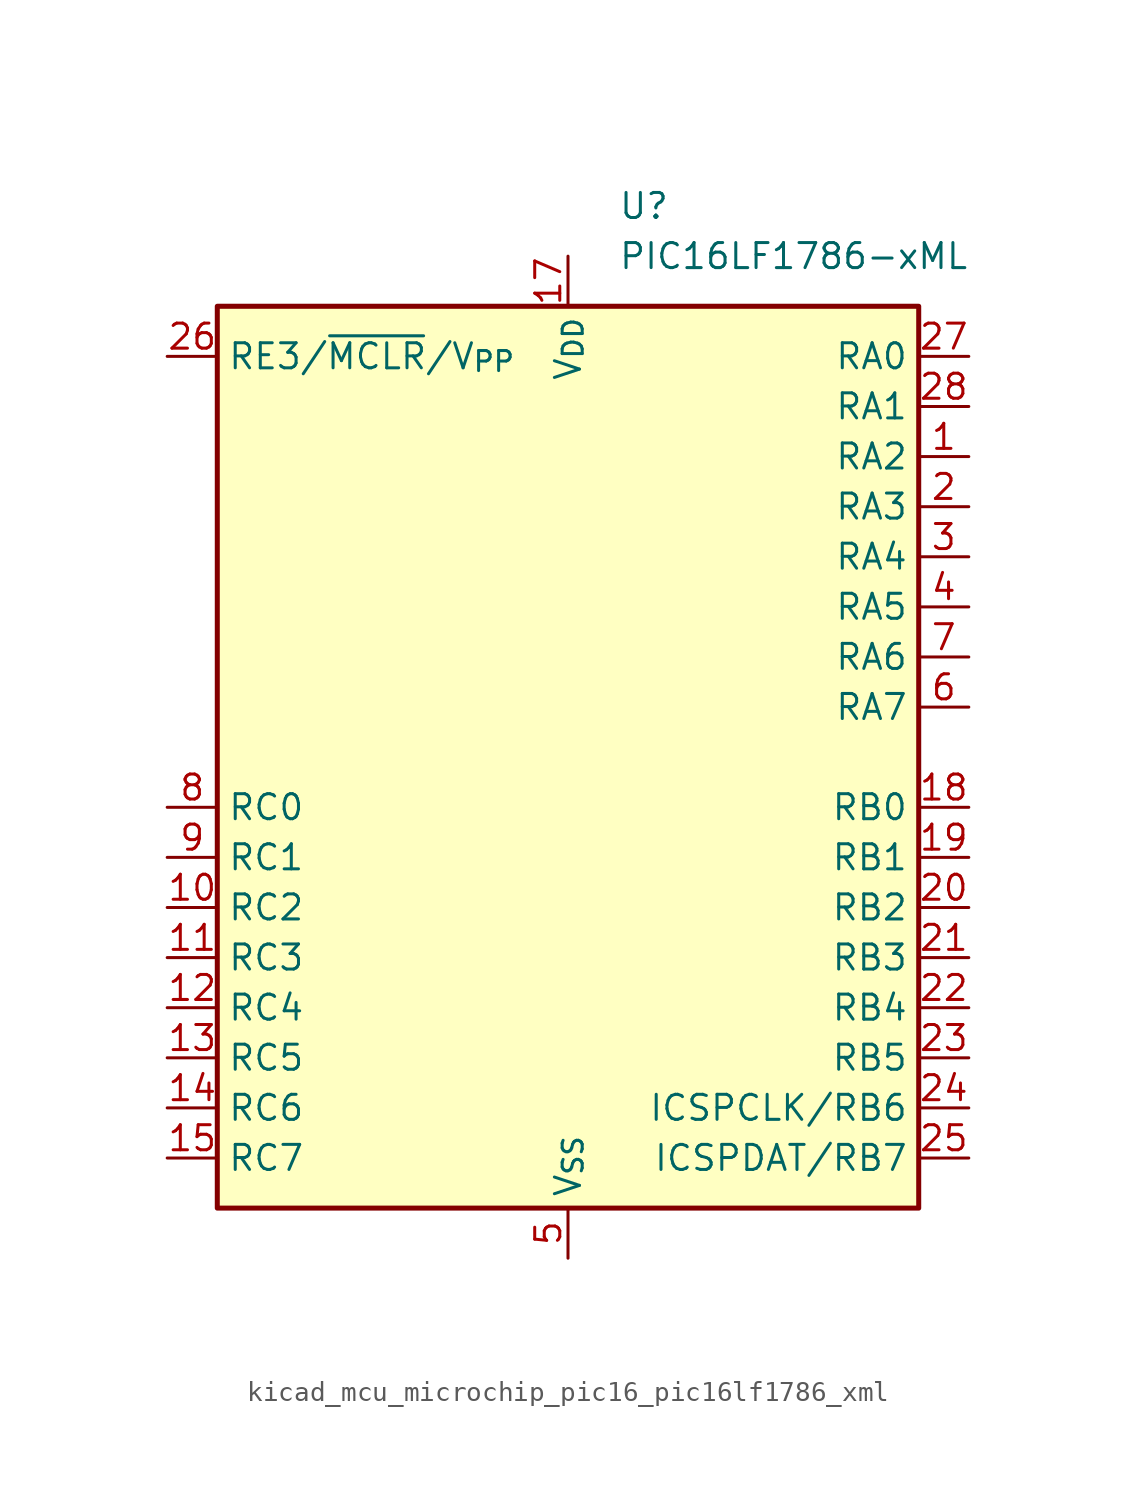
<source format=kicad_sym>
(kicad_symbol_lib
  (version 20220914)
  (generator kicad_symbol_editor)
  (symbol "kicad_mcu_microchip_pic16_pic16lf1786_xml"
    (property "Reference" "U"
      (at 2.54 27.94 0)
      (effects (font (size 1.27 1.27)) (justify left)))
    (property "Value" "PIC16LF1786-xML"
      (at 2.54 25.4 0)
      (effects (font (size 1.27 1.27)) (justify left)))
    (symbol "kicad_mcu_microchip_pic16_pic16lf1786_xml_0_1"
      (rectangle (start -17.78 -22.86) (end 17.78 22.86) (stroke (width 0.254) (type default)) (fill (type background))))
    (symbol "kicad_mcu_microchip_pic16_pic16lf1786_xml_1_1"
      (pin bidirectional line (at 20.32 15.24 180) (length 2.54) (name "RA2" (effects (font (size 1.27 1.27)))) (number "1" (effects (font (size 1.27 1.27)))))
      (pin bidirectional line (at -20.32 -7.62 0) (length 2.54) (name "RC2" (effects (font (size 1.27 1.27)))) (number "10" (effects (font (size 1.27 1.27)))))
      (pin bidirectional line (at -20.32 -10.16 0) (length 2.54) (name "RC3" (effects (font (size 1.27 1.27)))) (number "11" (effects (font (size 1.27 1.27)))))
      (pin bidirectional line (at -20.32 -12.7 0) (length 2.54) (name "RC4" (effects (font (size 1.27 1.27)))) (number "12" (effects (font (size 1.27 1.27)))))
      (pin bidirectional line (at -20.32 -15.24 0) (length 2.54) (name "RC5" (effects (font (size 1.27 1.27)))) (number "13" (effects (font (size 1.27 1.27)))))
      (pin bidirectional line (at -20.32 -17.78 0) (length 2.54) (name "RC6" (effects (font (size 1.27 1.27)))) (number "14" (effects (font (size 1.27 1.27)))))
      (pin bidirectional line (at -20.32 -20.32 0) (length 2.54) (name "RC7" (effects (font (size 1.27 1.27)))) (number "15" (effects (font (size 1.27 1.27)))))
      (pin passive line (at 0 -25.4 90) (length 2.54) hide (name "V_{SS}" (effects (font (size 1.27 1.27)))) (number "16" (effects (font (size 1.27 1.27)))))
      (pin power_in line (at 0 25.4 270) (length 2.54) (name "V_{DD}" (effects (font (size 1.27 1.27)))) (number "17" (effects (font (size 1.27 1.27)))))
      (pin bidirectional line (at 20.32 -2.54 180) (length 2.54) (name "RB0" (effects (font (size 1.27 1.27)))) (number "18" (effects (font (size 1.27 1.27)))))
      (pin bidirectional line (at 20.32 -5.08 180) (length 2.54) (name "RB1" (effects (font (size 1.27 1.27)))) (number "19" (effects (font (size 1.27 1.27)))))
      (pin bidirectional line (at 20.32 12.7 180) (length 2.54) (name "RA3" (effects (font (size 1.27 1.27)))) (number "2" (effects (font (size 1.27 1.27)))))
      (pin bidirectional line (at 20.32 -7.62 180) (length 2.54) (name "RB2" (effects (font (size 1.27 1.27)))) (number "20" (effects (font (size 1.27 1.27)))))
      (pin bidirectional line (at 20.32 -10.16 180) (length 2.54) (name "RB3" (effects (font (size 1.27 1.27)))) (number "21" (effects (font (size 1.27 1.27)))))
      (pin bidirectional line (at 20.32 -12.7 180) (length 2.54) (name "RB4" (effects (font (size 1.27 1.27)))) (number "22" (effects (font (size 1.27 1.27)))))
      (pin bidirectional line (at 20.32 -15.24 180) (length 2.54) (name "RB5" (effects (font (size 1.27 1.27)))) (number "23" (effects (font (size 1.27 1.27)))))
      (pin bidirectional line (at 20.32 -17.78 180) (length 2.54) (name "ICSPCLK/RB6" (effects (font (size 1.27 1.27)))) (number "24" (effects (font (size 1.27 1.27)))))
      (pin bidirectional line (at 20.32 -20.32 180) (length 2.54) (name "ICSPDAT/RB7" (effects (font (size 1.27 1.27)))) (number "25" (effects (font (size 1.27 1.27)))))
      (pin input line (at -20.32 20.32 0) (length 2.54) (name "RE3/~{MCLR}/V_{PP}" (effects (font (size 1.27 1.27)))) (number "26" (effects (font (size 1.27 1.27)))))
      (pin bidirectional line (at 20.32 20.32 180) (length 2.54) (name "RA0" (effects (font (size 1.27 1.27)))) (number "27" (effects (font (size 1.27 1.27)))))
      (pin bidirectional line (at 20.32 17.78 180) (length 2.54) (name "RA1" (effects (font (size 1.27 1.27)))) (number "28" (effects (font (size 1.27 1.27)))))
      (pin bidirectional line (at 20.32 10.16 180) (length 2.54) (name "RA4" (effects (font (size 1.27 1.27)))) (number "3" (effects (font (size 1.27 1.27)))))
      (pin bidirectional line (at 20.32 7.62 180) (length 2.54) (name "RA5" (effects (font (size 1.27 1.27)))) (number "4" (effects (font (size 1.27 1.27)))))
      (pin power_in line (at 0 -25.4 90) (length 2.54) (name "V_{SS}" (effects (font (size 1.27 1.27)))) (number "5" (effects (font (size 1.27 1.27)))))
      (pin bidirectional line (at 20.32 2.54 180) (length 2.54) (name "RA7" (effects (font (size 1.27 1.27)))) (number "6" (effects (font (size 1.27 1.27)))))
      (pin bidirectional line (at 20.32 5.08 180) (length 2.54) (name "RA6" (effects (font (size 1.27 1.27)))) (number "7" (effects (font (size 1.27 1.27)))))
      (pin bidirectional line (at -20.32 -2.54 0) (length 2.54) (name "RC0" (effects (font (size 1.27 1.27)))) (number "8" (effects (font (size 1.27 1.27)))))
      (pin bidirectional line (at -20.32 -5.08 0) (length 2.54) (name "RC1" (effects (font (size 1.27 1.27)))) (number "9" (effects (font (size 1.27 1.27))))))))
</source>
